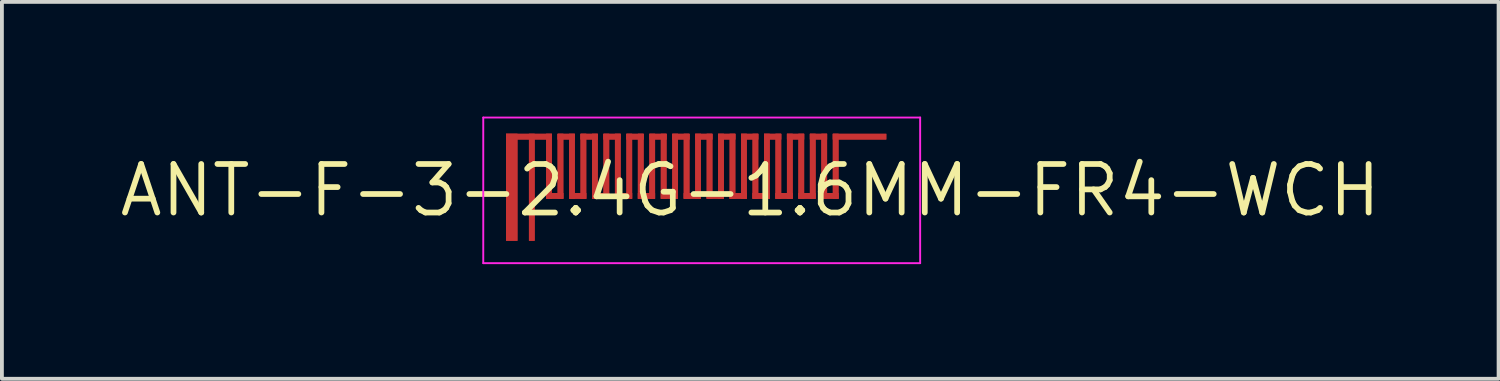
<source format=kicad_pcb>
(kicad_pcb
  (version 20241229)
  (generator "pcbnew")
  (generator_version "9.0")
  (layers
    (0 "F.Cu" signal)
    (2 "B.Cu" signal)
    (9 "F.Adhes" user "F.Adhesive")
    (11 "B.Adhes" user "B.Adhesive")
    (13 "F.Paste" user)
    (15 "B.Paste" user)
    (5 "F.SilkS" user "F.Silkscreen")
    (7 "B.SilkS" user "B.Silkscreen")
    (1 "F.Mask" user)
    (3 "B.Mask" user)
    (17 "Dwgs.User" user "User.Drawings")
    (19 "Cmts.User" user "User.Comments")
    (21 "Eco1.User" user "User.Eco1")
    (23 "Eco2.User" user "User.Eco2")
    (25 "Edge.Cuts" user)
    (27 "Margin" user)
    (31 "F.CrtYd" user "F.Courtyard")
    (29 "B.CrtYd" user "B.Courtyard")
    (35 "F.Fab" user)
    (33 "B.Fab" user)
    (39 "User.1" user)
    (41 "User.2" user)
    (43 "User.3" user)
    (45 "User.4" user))
  (footprint "ANT-F-3-2.4G-1.6MM-FR4-WCH"
    (layer "F.Cu")
    (at 15.308 1.93)
    (property "Reference" "ANT-F-3-2.4G-1.6MM-FR4-WCH" (at 1.27 0 0) (layer "F.SilkS") (effects (font (size 1.27 1.27) (thickness 0.15))))
    (attr exclude_from_pos_files exclude_from_bom)
    (fp_poly (pts (xy -5.12 1.32) (xy -4.82 1.32) (xy -4.82 -1.48) (xy -5.12 -1.48)) (stroke (width 0) (type solid)) (fill yes) (layer "F.Cu"))
    (fp_poly (pts (xy -5.12 1.32) (xy -4.82 1.32) (xy -4.82 -1.48) (xy -5.12 -1.48)) (stroke (width 0) (type solid)) (fill yes) (layer "F.Cu"))
    (fp_poly (pts (xy -4.52 1.32) (xy -4.37 1.32) (xy -4.37 -1.48) (xy -4.52 -1.48)) (stroke (width 0) (type solid)) (fill yes) (layer "F.Cu"))
    (fp_poly (pts (xy -4.52 1.32) (xy -4.37 1.32) (xy -4.37 -1.48) (xy -4.52 -1.48)) (stroke (width 0) (type solid)) (fill yes) (layer "F.Cu"))
    (fp_poly (pts (xy -4.37 -1.33) (xy -3.92 -1.33) (xy -3.92 -1.48) (xy -4.37 -1.48)) (stroke (width 0) (type solid)) (fill yes) (layer "F.Cu"))
    (fp_poly (pts (xy -4.37 -1.33) (xy -3.92 -1.33) (xy -3.92 -1.48) (xy -4.37 -1.48)) (stroke (width 0) (type solid)) (fill yes) (layer "F.Cu"))
    (fp_poly (pts (xy -4.37 -1.33) (xy -4.37 -1.48) (xy -5.12 -1.48) (xy -5.12 -1.33)) (stroke (width 0) (type solid)) (fill yes) (layer "F.Cu"))
    (fp_poly (pts (xy -4.37 -1.33) (xy -4.37 -1.48) (xy -5.12 -1.48) (xy -5.12 -1.33)) (stroke (width 0) (type solid)) (fill yes) (layer "F.Cu"))
    (fp_poly (pts (xy -4.07 0.22) (xy -3.92 0.22) (xy -3.92 -1.48) (xy -4.07 -1.48)) (stroke (width 0) (type solid)) (fill yes) (layer "F.Cu"))
    (fp_poly (pts (xy -4.07 0.22) (xy -3.92 0.22) (xy -3.92 -1.48) (xy -4.07 -1.48)) (stroke (width 0) (type solid)) (fill yes) (layer "F.Cu"))
    (fp_poly (pts (xy -4.07 0.22) (xy -3.62 0.22) (xy -3.62 0.07) (xy -4.07 0.07)) (stroke (width 0) (type solid)) (fill yes) (layer "F.Cu"))
    (fp_poly (pts (xy -4.07 0.22) (xy -3.62 0.22) (xy -3.62 0.07) (xy -4.07 0.07)) (stroke (width 0) (type solid)) (fill yes) (layer "F.Cu"))
    (fp_poly (pts (xy -3.77 0.22) (xy -3.62 0.22) (xy -3.62 -1.48) (xy -3.77 -1.48)) (stroke (width 0) (type solid)) (fill yes) (layer "F.Cu"))
    (fp_poly (pts (xy -3.77 0.22) (xy -3.62 0.22) (xy -3.62 -1.48) (xy -3.77 -1.48)) (stroke (width 0) (type solid)) (fill yes) (layer "F.Cu"))
    (fp_poly (pts (xy -3.77 -1.33) (xy -3.32 -1.33) (xy -3.32 -1.48) (xy -3.77 -1.48)) (stroke (width 0) (type solid)) (fill yes) (layer "F.Cu"))
    (fp_poly (pts (xy -3.77 -1.33) (xy -3.32 -1.33) (xy -3.32 -1.48) (xy -3.77 -1.48)) (stroke (width 0) (type solid)) (fill yes) (layer "F.Cu"))
    (fp_poly (pts (xy -3.47 0.22) (xy -3.32 0.22) (xy -3.32 -1.48) (xy -3.47 -1.48)) (stroke (width 0) (type solid)) (fill yes) (layer "F.Cu"))
    (fp_poly (pts (xy -3.47 0.22) (xy -3.32 0.22) (xy -3.32 -1.48) (xy -3.47 -1.48)) (stroke (width 0) (type solid)) (fill yes) (layer "F.Cu"))
    (fp_poly (pts (xy -3.47 0.22) (xy -3.02 0.22) (xy -3.02 0.07) (xy -3.47 0.07)) (stroke (width 0) (type solid)) (fill yes) (layer "F.Cu"))
    (fp_poly (pts (xy -3.47 0.22) (xy -3.02 0.22) (xy -3.02 0.07) (xy -3.47 0.07)) (stroke (width 0) (type solid)) (fill yes) (layer "F.Cu"))
    (fp_poly (pts (xy -3.17 -1.33) (xy -2.72 -1.33) (xy -2.72 -1.48) (xy -3.17 -1.48)) (stroke (width 0) (type solid)) (fill yes) (layer "F.Cu"))
    (fp_poly (pts (xy -3.17 -1.33) (xy -2.72 -1.33) (xy -2.72 -1.48) (xy -3.17 -1.48)) (stroke (width 0) (type solid)) (fill yes) (layer "F.Cu"))
    (fp_poly (pts (xy -3.17 0.22) (xy -3.02 0.22) (xy -3.02 -1.48) (xy -3.17 -1.48)) (stroke (width 0) (type solid)) (fill yes) (layer "F.Cu"))
    (fp_poly (pts (xy -3.17 0.22) (xy -3.02 0.22) (xy -3.02 -1.48) (xy -3.17 -1.48)) (stroke (width 0) (type solid)) (fill yes) (layer "F.Cu"))
    (fp_poly (pts (xy -2.87 0.22) (xy -2.72 0.22) (xy -2.72 -1.48) (xy -2.87 -1.48)) (stroke (width 0) (type solid)) (fill yes) (layer "F.Cu"))
    (fp_poly (pts (xy -2.87 0.22) (xy -2.72 0.22) (xy -2.72 -1.48) (xy -2.87 -1.48)) (stroke (width 0) (type solid)) (fill yes) (layer "F.Cu"))
    (fp_poly (pts (xy -2.87 0.22) (xy -2.42 0.22) (xy -2.42 0.07) (xy -2.87 0.07)) (stroke (width 0) (type solid)) (fill yes) (layer "F.Cu"))
    (fp_poly (pts (xy -2.87 0.22) (xy -2.42 0.22) (xy -2.42 0.07) (xy -2.87 0.07)) (stroke (width 0) (type solid)) (fill yes) (layer "F.Cu"))
    (fp_poly (pts (xy -2.57 0.22) (xy -2.42 0.22) (xy -2.42 -1.48) (xy -2.57 -1.48)) (stroke (width 0) (type solid)) (fill yes) (layer "F.Cu"))
    (fp_poly (pts (xy -2.57 0.22) (xy -2.42 0.22) (xy -2.42 -1.48) (xy -2.57 -1.48)) (stroke (width 0) (type solid)) (fill yes) (layer "F.Cu"))
    (fp_poly (pts (xy -2.57 -1.33) (xy -2.12 -1.33) (xy -2.12 -1.48) (xy -2.57 -1.48)) (stroke (width 0) (type solid)) (fill yes) (layer "F.Cu"))
    (fp_poly (pts (xy -2.57 -1.33) (xy -2.12 -1.33) (xy -2.12 -1.48) (xy -2.57 -1.48)) (stroke (width 0) (type solid)) (fill yes) (layer "F.Cu"))
    (fp_poly (pts (xy -2.27 0.22) (xy -2.12 0.22) (xy -2.12 -1.48) (xy -2.27 -1.48)) (stroke (width 0) (type solid)) (fill yes) (layer "F.Cu"))
    (fp_poly (pts (xy -2.27 0.22) (xy -2.12 0.22) (xy -2.12 -1.48) (xy -2.27 -1.48)) (stroke (width 0) (type solid)) (fill yes) (layer "F.Cu"))
    (fp_poly (pts (xy -2.27 0.22) (xy -1.82 0.22) (xy -1.82 0.07) (xy -2.27 0.07)) (stroke (width 0) (type solid)) (fill yes) (layer "F.Cu"))
    (fp_poly (pts (xy -2.27 0.22) (xy -1.82 0.22) (xy -1.82 0.07) (xy -2.27 0.07)) (stroke (width 0) (type solid)) (fill yes) (layer "F.Cu"))
    (fp_poly (pts (xy -1.97 0.22) (xy -1.82 0.22) (xy -1.82 -1.48) (xy -1.97 -1.48)) (stroke (width 0) (type solid)) (fill yes) (layer "F.Cu"))
    (fp_poly (pts (xy -1.97 0.22) (xy -1.82 0.22) (xy -1.82 -1.48) (xy -1.97 -1.48)) (stroke (width 0) (type solid)) (fill yes) (layer "F.Cu"))
    (fp_poly (pts (xy -1.97 -1.33) (xy -1.52 -1.33) (xy -1.52 -1.48) (xy -1.97 -1.48)) (stroke (width 0) (type solid)) (fill yes) (layer "F.Cu"))
    (fp_poly (pts (xy -1.97 -1.33) (xy -1.52 -1.33) (xy -1.52 -1.48) (xy -1.97 -1.48)) (stroke (width 0) (type solid)) (fill yes) (layer "F.Cu"))
    (fp_poly (pts (xy -1.67 0.22) (xy -1.52 0.22) (xy -1.52 -1.48) (xy -1.67 -1.48)) (stroke (width 0) (type solid)) (fill yes) (layer "F.Cu"))
    (fp_poly (pts (xy -1.67 0.22) (xy -1.52 0.22) (xy -1.52 -1.48) (xy -1.67 -1.48)) (stroke (width 0) (type solid)) (fill yes) (layer "F.Cu"))
    (fp_poly (pts (xy -1.67 0.22) (xy -1.22 0.22) (xy -1.22 0.07) (xy -1.67 0.07)) (stroke (width 0) (type solid)) (fill yes) (layer "F.Cu"))
    (fp_poly (pts (xy -1.67 0.22) (xy -1.22 0.22) (xy -1.22 0.07) (xy -1.67 0.07)) (stroke (width 0) (type solid)) (fill yes) (layer "F.Cu"))
    (fp_poly (pts (xy -1.37 0.22) (xy -1.22 0.22) (xy -1.22 -1.48) (xy -1.37 -1.48)) (stroke (width 0) (type solid)) (fill yes) (layer "F.Cu"))
    (fp_poly (pts (xy -1.37 0.22) (xy -1.22 0.22) (xy -1.22 -1.48) (xy -1.37 -1.48)) (stroke (width 0) (type solid)) (fill yes) (layer "F.Cu"))
    (fp_poly (pts (xy -1.37 -1.33) (xy -0.92 -1.33) (xy -0.92 -1.48) (xy -1.37 -1.48)) (stroke (width 0) (type solid)) (fill yes) (layer "F.Cu"))
    (fp_poly (pts (xy -1.37 -1.33) (xy -0.92 -1.33) (xy -0.92 -1.48) (xy -1.37 -1.48)) (stroke (width 0) (type solid)) (fill yes) (layer "F.Cu"))
    (fp_poly (pts (xy -1.07 0.22) (xy -0.92 0.22) (xy -0.92 -1.48) (xy -1.07 -1.48)) (stroke (width 0) (type solid)) (fill yes) (layer "F.Cu"))
    (fp_poly (pts (xy -1.07 0.22) (xy -0.92 0.22) (xy -0.92 -1.48) (xy -1.07 -1.48)) (stroke (width 0) (type solid)) (fill yes) (layer "F.Cu"))
    (fp_poly (pts (xy -1.07 0.22) (xy -0.62 0.22) (xy -0.62 0.07) (xy -1.07 0.07)) (stroke (width 0) (type solid)) (fill yes) (layer "F.Cu"))
    (fp_poly (pts (xy -1.07 0.22) (xy -0.62 0.22) (xy -0.62 0.07) (xy -1.07 0.07)) (stroke (width 0) (type solid)) (fill yes) (layer "F.Cu"))
    (fp_poly (pts (xy -0.77 0.22) (xy -0.62 0.22) (xy -0.62 -1.48) (xy -0.77 -1.48)) (stroke (width 0) (type solid)) (fill yes) (layer "F.Cu"))
    (fp_poly (pts (xy -0.77 0.22) (xy -0.62 0.22) (xy -0.62 -1.48) (xy -0.77 -1.48)) (stroke (width 0) (type solid)) (fill yes) (layer "F.Cu"))
    (fp_poly (pts (xy -0.77 -1.33) (xy -0.32 -1.33) (xy -0.32 -1.48) (xy -0.77 -1.48)) (stroke (width 0) (type solid)) (fill yes) (layer "F.Cu"))
    (fp_poly (pts (xy -0.77 -1.33) (xy -0.32 -1.33) (xy -0.32 -1.48) (xy -0.77 -1.48)) (stroke (width 0) (type solid)) (fill yes) (layer "F.Cu"))
    (fp_poly (pts (xy -0.47 0.22) (xy -0.32 0.22) (xy -0.32 -1.48) (xy -0.47 -1.48)) (stroke (width 0) (type solid)) (fill yes) (layer "F.Cu"))
    (fp_poly (pts (xy -0.47 0.22) (xy -0.32 0.22) (xy -0.32 -1.48) (xy -0.47 -1.48)) (stroke (width 0) (type solid)) (fill yes) (layer "F.Cu"))
    (fp_poly (pts (xy -0.47 0.22) (xy -0.02 0.22) (xy -0.02 0.07) (xy -0.47 0.07)) (stroke (width 0) (type solid)) (fill yes) (layer "F.Cu"))
    (fp_poly (pts (xy -0.47 0.22) (xy -0.02 0.22) (xy -0.02 0.07) (xy -0.47 0.07)) (stroke (width 0) (type solid)) (fill yes) (layer "F.Cu"))
    (fp_poly (pts (xy -0.17 0.22) (xy -0.02 0.22) (xy -0.02 -1.48) (xy -0.17 -1.48)) (stroke (width 0) (type solid)) (fill yes) (layer "F.Cu"))
    (fp_poly (pts (xy -0.17 0.22) (xy -0.02 0.22) (xy -0.02 -1.48) (xy -0.17 -1.48)) (stroke (width 0) (type solid)) (fill yes) (layer "F.Cu"))
    (fp_poly (pts (xy -0.17 -1.33) (xy 0.28 -1.33) (xy 0.28 -1.48) (xy -0.17 -1.48)) (stroke (width 0) (type solid)) (fill yes) (layer "F.Cu"))
    (fp_poly (pts (xy -0.17 -1.33) (xy 0.28 -1.33) (xy 0.28 -1.48) (xy -0.17 -1.48)) (stroke (width 0) (type solid)) (fill yes) (layer "F.Cu"))
    (fp_poly (pts (xy 0.13 0.22) (xy 0.28 0.22) (xy 0.28 -1.48) (xy 0.13 -1.48)) (stroke (width 0) (type solid)) (fill yes) (layer "F.Cu"))
    (fp_poly (pts (xy 0.13 0.22) (xy 0.28 0.22) (xy 0.28 -1.48) (xy 0.13 -1.48)) (stroke (width 0) (type solid)) (fill yes) (layer "F.Cu"))
    (fp_poly (pts (xy 0.13 0.22) (xy 0.58 0.22) (xy 0.58 0.07) (xy 0.13 0.07)) (stroke (width 0) (type solid)) (fill yes) (layer "F.Cu"))
    (fp_poly (pts (xy 0.13 0.22) (xy 0.58 0.22) (xy 0.58 0.07) (xy 0.13 0.07)) (stroke (width 0) (type solid)) (fill yes) (layer "F.Cu"))
    (fp_poly (pts (xy 0.43 0.22) (xy 0.58 0.22) (xy 0.58 -1.48) (xy 0.43 -1.48)) (stroke (width 0) (type solid)) (fill yes) (layer "F.Cu"))
    (fp_poly (pts (xy 0.43 0.22) (xy 0.58 0.22) (xy 0.58 -1.48) (xy 0.43 -1.48)) (stroke (width 0) (type solid)) (fill yes) (layer "F.Cu"))
    (fp_poly (pts (xy 0.43 -1.33) (xy 0.88 -1.33) (xy 0.88 -1.48) (xy 0.43 -1.48)) (stroke (width 0) (type solid)) (fill yes) (layer "F.Cu"))
    (fp_poly (pts (xy 0.43 -1.33) (xy 0.88 -1.33) (xy 0.88 -1.48) (xy 0.43 -1.48)) (stroke (width 0) (type solid)) (fill yes) (layer "F.Cu"))
    (fp_poly (pts (xy 0.73 0.22) (xy 0.88 0.22) (xy 0.88 -1.48) (xy 0.73 -1.48)) (stroke (width 0) (type solid)) (fill yes) (layer "F.Cu"))
    (fp_poly (pts (xy 0.73 0.22) (xy 0.88 0.22) (xy 0.88 -1.48) (xy 0.73 -1.48)) (stroke (width 0) (type solid)) (fill yes) (layer "F.Cu"))
    (fp_poly (pts (xy 0.73 0.22) (xy 1.18 0.22) (xy 1.18 0.07) (xy 0.73 0.07)) (stroke (width 0) (type solid)) (fill yes) (layer "F.Cu"))
    (fp_poly (pts (xy 0.73 0.22) (xy 1.18 0.22) (xy 1.18 0.07) (xy 0.73 0.07)) (stroke (width 0) (type solid)) (fill yes) (layer "F.Cu"))
    (fp_poly (pts (xy 1.03 0.22) (xy 1.18 0.22) (xy 1.18 -1.48) (xy 1.03 -1.48)) (stroke (width 0) (type solid)) (fill yes) (layer "F.Cu"))
    (fp_poly (pts (xy 1.03 0.22) (xy 1.18 0.22) (xy 1.18 -1.48) (xy 1.03 -1.48)) (stroke (width 0) (type solid)) (fill yes) (layer "F.Cu"))
    (fp_poly (pts (xy 1.03 -1.33) (xy 1.48 -1.33) (xy 1.48 -1.48) (xy 1.03 -1.48)) (stroke (width 0) (type solid)) (fill yes) (layer "F.Cu"))
    (fp_poly (pts (xy 1.03 -1.33) (xy 1.48 -1.33) (xy 1.48 -1.48) (xy 1.03 -1.48)) (stroke (width 0) (type solid)) (fill yes) (layer "F.Cu"))
    (fp_poly (pts (xy 1.33 0.22) (xy 1.48 0.22) (xy 1.48 -1.48) (xy 1.33 -1.48)) (stroke (width 0) (type solid)) (fill yes) (layer "F.Cu"))
    (fp_poly (pts (xy 1.33 0.22) (xy 1.48 0.22) (xy 1.48 -1.48) (xy 1.33 -1.48)) (stroke (width 0) (type solid)) (fill yes) (layer "F.Cu"))
    (fp_poly (pts (xy 1.33 0.22) (xy 1.78 0.22) (xy 1.78 0.07) (xy 1.33 0.07)) (stroke (width 0) (type solid)) (fill yes) (layer "F.Cu"))
    (fp_poly (pts (xy 1.33 0.22) (xy 1.78 0.22) (xy 1.78 0.07) (xy 1.33 0.07)) (stroke (width 0) (type solid)) (fill yes) (layer "F.Cu"))
    (fp_poly (pts (xy 1.63 0.22) (xy 1.78 0.22) (xy 1.78 -1.48) (xy 1.63 -1.48)) (stroke (width 0) (type solid)) (fill yes) (layer "F.Cu"))
    (fp_poly (pts (xy 1.63 0.22) (xy 1.78 0.22) (xy 1.78 -1.48) (xy 1.63 -1.48)) (stroke (width 0) (type solid)) (fill yes) (layer "F.Cu"))
    (fp_poly (pts (xy 1.63 -1.33) (xy 2.08 -1.33) (xy 2.08 -1.48) (xy 1.63 -1.48)) (stroke (width 0) (type solid)) (fill yes) (layer "F.Cu"))
    (fp_poly (pts (xy 1.63 -1.33) (xy 2.08 -1.33) (xy 2.08 -1.48) (xy 1.63 -1.48)) (stroke (width 0) (type solid)) (fill yes) (layer "F.Cu"))
    (fp_poly (pts (xy 1.93 0.22) (xy 2.08 0.22) (xy 2.08 -1.48) (xy 1.93 -1.48)) (stroke (width 0) (type solid)) (fill yes) (layer "F.Cu"))
    (fp_poly (pts (xy 1.93 0.22) (xy 2.08 0.22) (xy 2.08 -1.48) (xy 1.93 -1.48)) (stroke (width 0) (type solid)) (fill yes) (layer "F.Cu"))
    (fp_poly (pts (xy 1.93 0.22) (xy 2.38 0.22) (xy 2.38 0.07) (xy 1.93 0.07)) (stroke (width 0) (type solid)) (fill yes) (layer "F.Cu"))
    (fp_poly (pts (xy 1.93 0.22) (xy 2.38 0.22) (xy 2.38 0.07) (xy 1.93 0.07)) (stroke (width 0) (type solid)) (fill yes) (layer "F.Cu"))
    (fp_poly (pts (xy 2.23 0.22) (xy 2.38 0.22) (xy 2.38 -1.48) (xy 2.23 -1.48)) (stroke (width 0) (type solid)) (fill yes) (layer "F.Cu"))
    (fp_poly (pts (xy 2.23 0.22) (xy 2.38 0.22) (xy 2.38 -1.48) (xy 2.23 -1.48)) (stroke (width 0) (type solid)) (fill yes) (layer "F.Cu"))
    (fp_poly (pts (xy 2.23 -1.33) (xy 2.68 -1.33) (xy 2.68 -1.48) (xy 2.23 -1.48)) (stroke (width 0) (type solid)) (fill yes) (layer "F.Cu"))
    (fp_poly (pts (xy 2.23 -1.33) (xy 2.68 -1.33) (xy 2.68 -1.48) (xy 2.23 -1.48)) (stroke (width 0) (type solid)) (fill yes) (layer "F.Cu"))
    (fp_poly (pts (xy 2.53 0.22) (xy 2.68 0.22) (xy 2.68 -1.48) (xy 2.53 -1.48)) (stroke (width 0) (type solid)) (fill yes) (layer "F.Cu"))
    (fp_poly (pts (xy 2.53 0.22) (xy 2.68 0.22) (xy 2.68 -1.48) (xy 2.53 -1.48)) (stroke (width 0) (type solid)) (fill yes) (layer "F.Cu"))
    (fp_poly (pts (xy 2.53 0.22) (xy 2.98 0.22) (xy 2.98 0.07) (xy 2.53 0.07)) (stroke (width 0) (type solid)) (fill yes) (layer "F.Cu"))
    (fp_poly (pts (xy 2.53 0.22) (xy 2.98 0.22) (xy 2.98 0.07) (xy 2.53 0.07)) (stroke (width 0) (type solid)) (fill yes) (layer "F.Cu"))
    (fp_poly (pts (xy 2.83 0.22) (xy 2.98 0.22) (xy 2.98 -1.48) (xy 2.83 -1.48)) (stroke (width 0) (type solid)) (fill yes) (layer "F.Cu"))
    (fp_poly (pts (xy 2.83 0.22) (xy 2.98 0.22) (xy 2.98 -1.48) (xy 2.83 -1.48)) (stroke (width 0) (type solid)) (fill yes) (layer "F.Cu"))
    (fp_poly (pts (xy 2.83 -1.33) (xy 3.28 -1.33) (xy 3.28 -1.48) (xy 2.83 -1.48)) (stroke (width 0) (type solid)) (fill yes) (layer "F.Cu"))
    (fp_poly (pts (xy 2.83 -1.33) (xy 3.28 -1.33) (xy 3.28 -1.48) (xy 2.83 -1.48)) (stroke (width 0) (type solid)) (fill yes) (layer "F.Cu"))
    (fp_poly (pts (xy 3.13 0.22) (xy 3.28 0.22) (xy 3.28 -1.48) (xy 3.13 -1.48)) (stroke (width 0) (type solid)) (fill yes) (layer "F.Cu"))
    (fp_poly (pts (xy 3.13 0.22) (xy 3.28 0.22) (xy 3.28 -1.48) (xy 3.13 -1.48)) (stroke (width 0) (type solid)) (fill yes) (layer "F.Cu"))
    (fp_poly (pts (xy 3.13 0.22) (xy 3.58 0.22) (xy 3.58 0.07) (xy 3.13 0.07)) (stroke (width 0) (type solid)) (fill yes) (layer "F.Cu"))
    (fp_poly (pts (xy 3.13 0.22) (xy 3.58 0.22) (xy 3.58 0.07) (xy 3.13 0.07)) (stroke (width 0) (type solid)) (fill yes) (layer "F.Cu"))
    (fp_poly (pts (xy 3.43 0.22) (xy 3.58 0.22) (xy 3.58 -1.48) (xy 3.43 -1.48)) (stroke (width 0) (type solid)) (fill yes) (layer "F.Cu"))
    (fp_poly (pts (xy 3.43 0.22) (xy 3.58 0.22) (xy 3.58 -1.48) (xy 3.43 -1.48)) (stroke (width 0) (type solid)) (fill yes) (layer "F.Cu"))
    (fp_poly (pts (xy 3.43 -1.33) (xy 4.83 -1.33) (xy 4.83 -1.48) (xy 3.43 -1.48)) (stroke (width 0) (type solid)) (fill yes) (layer "F.Cu"))
    (fp_poly (pts (xy 3.43 -1.33) (xy 4.83 -1.33) (xy 4.83 -1.48) (xy 3.43 -1.48)) (stroke (width 0) (type solid)) (fill yes) (layer "F.Cu"))
    (fp_poly (pts (xy -5.12 1.32) (xy -4.82 1.32) (xy -4.82 -1.48) (xy -5.12 -1.48)) (stroke (width 0) (type solid)) (fill yes) (layer "F.Mask"))
    (fp_poly (pts (xy -5.12 1.32) (xy -4.82 1.32) (xy -4.82 -1.48) (xy -5.12 -1.48)) (stroke (width 0) (type solid)) (fill yes) (layer "F.Mask"))
    (fp_poly (pts (xy -4.52 1.32) (xy -4.37 1.32) (xy -4.37 -1.48) (xy -4.52 -1.48)) (stroke (width 0) (type solid)) (fill yes) (layer "F.Mask"))
    (fp_poly (pts (xy -4.52 1.32) (xy -4.37 1.32) (xy -4.37 -1.48) (xy -4.52 -1.48)) (stroke (width 0) (type solid)) (fill yes) (layer "F.Mask"))
    (fp_poly (pts (xy -4.37 -1.33) (xy -3.92 -1.33) (xy -3.92 -1.48) (xy -4.37 -1.48)) (stroke (width 0) (type solid)) (fill yes) (layer "F.Mask"))
    (fp_poly (pts (xy -4.37 -1.33) (xy -3.92 -1.33) (xy -3.92 -1.48) (xy -4.37 -1.48)) (stroke (width 0) (type solid)) (fill yes) (layer "F.Mask"))
    (fp_poly (pts (xy -4.37 -1.33) (xy -4.37 -1.48) (xy -5.12 -1.48) (xy -5.12 -1.33)) (stroke (width 0) (type solid)) (fill yes) (layer "F.Mask"))
    (fp_poly (pts (xy -4.37 -1.33) (xy -4.37 -1.48) (xy -5.12 -1.48) (xy -5.12 -1.33)) (stroke (width 0) (type solid)) (fill yes) (layer "F.Mask"))
    (fp_poly (pts (xy -4.07 0.22) (xy -3.92 0.22) (xy -3.92 -1.48) (xy -4.07 -1.48)) (stroke (width 0) (type solid)) (fill yes) (layer "F.Mask"))
    (fp_poly (pts (xy -4.07 0.22) (xy -3.92 0.22) (xy -3.92 -1.48) (xy -4.07 -1.48)) (stroke (width 0) (type solid)) (fill yes) (layer "F.Mask"))
    (fp_poly (pts (xy -4.07 0.22) (xy -3.62 0.22) (xy -3.62 0.07) (xy -4.07 0.07)) (stroke (width 0) (type solid)) (fill yes) (layer "F.Mask"))
    (fp_poly (pts (xy -4.07 0.22) (xy -3.62 0.22) (xy -3.62 0.07) (xy -4.07 0.07)) (stroke (width 0) (type solid)) (fill yes) (layer "F.Mask"))
    (fp_poly (pts (xy -3.77 0.22) (xy -3.62 0.22) (xy -3.62 -1.48) (xy -3.77 -1.48)) (stroke (width 0) (type solid)) (fill yes) (layer "F.Mask"))
    (fp_poly (pts (xy -3.77 0.22) (xy -3.62 0.22) (xy -3.62 -1.48) (xy -3.77 -1.48)) (stroke (width 0) (type solid)) (fill yes) (layer "F.Mask"))
    (fp_poly (pts (xy -3.77 -1.33) (xy -3.32 -1.33) (xy -3.32 -1.48) (xy -3.77 -1.48)) (stroke (width 0) (type solid)) (fill yes) (layer "F.Mask"))
    (fp_poly (pts (xy -3.77 -1.33) (xy -3.32 -1.33) (xy -3.32 -1.48) (xy -3.77 -1.48)) (stroke (width 0) (type solid)) (fill yes) (layer "F.Mask"))
    (fp_poly (pts (xy -3.47 0.22) (xy -3.32 0.22) (xy -3.32 -1.48) (xy -3.47 -1.48)) (stroke (width 0) (type solid)) (fill yes) (layer "F.Mask"))
    (fp_poly (pts (xy -3.47 0.22) (xy -3.32 0.22) (xy -3.32 -1.48) (xy -3.47 -1.48)) (stroke (width 0) (type solid)) (fill yes) (layer "F.Mask"))
    (fp_poly (pts (xy -3.47 0.22) (xy -3.02 0.22) (xy -3.02 0.07) (xy -3.47 0.07)) (stroke (width 0) (type solid)) (fill yes) (layer "F.Mask"))
    (fp_poly (pts (xy -3.47 0.22) (xy -3.02 0.22) (xy -3.02 0.07) (xy -3.47 0.07)) (stroke (width 0) (type solid)) (fill yes) (layer "F.Mask"))
    (fp_poly (pts (xy -3.17 -1.33) (xy -2.72 -1.33) (xy -2.72 -1.48) (xy -3.17 -1.48)) (stroke (width 0) (type solid)) (fill yes) (layer "F.Mask"))
    (fp_poly (pts (xy -3.17 -1.33) (xy -2.72 -1.33) (xy -2.72 -1.48) (xy -3.17 -1.48)) (stroke (width 0) (type solid)) (fill yes) (layer "F.Mask"))
    (fp_poly (pts (xy -3.17 0.22) (xy -3.02 0.22) (xy -3.02 -1.48) (xy -3.17 -1.48)) (stroke (width 0) (type solid)) (fill yes) (layer "F.Mask"))
    (fp_poly (pts (xy -3.17 0.22) (xy -3.02 0.22) (xy -3.02 -1.48) (xy -3.17 -1.48)) (stroke (width 0) (type solid)) (fill yes) (layer "F.Mask"))
    (fp_poly (pts (xy -2.87 0.22) (xy -2.72 0.22) (xy -2.72 -1.48) (xy -2.87 -1.48)) (stroke (width 0) (type solid)) (fill yes) (layer "F.Mask"))
    (fp_poly (pts (xy -2.87 0.22) (xy -2.72 0.22) (xy -2.72 -1.48) (xy -2.87 -1.48)) (stroke (width 0) (type solid)) (fill yes) (layer "F.Mask"))
    (fp_poly (pts (xy -2.87 0.22) (xy -2.42 0.22) (xy -2.42 0.07) (xy -2.87 0.07)) (stroke (width 0) (type solid)) (fill yes) (layer "F.Mask"))
    (fp_poly (pts (xy -2.87 0.22) (xy -2.42 0.22) (xy -2.42 0.07) (xy -2.87 0.07)) (stroke (width 0) (type solid)) (fill yes) (layer "F.Mask"))
    (fp_poly (pts (xy -2.57 0.22) (xy -2.42 0.22) (xy -2.42 -1.48) (xy -2.57 -1.48)) (stroke (width 0) (type solid)) (fill yes) (layer "F.Mask"))
    (fp_poly (pts (xy -2.57 0.22) (xy -2.42 0.22) (xy -2.42 -1.48) (xy -2.57 -1.48)) (stroke (width 0) (type solid)) (fill yes) (layer "F.Mask"))
    (fp_poly (pts (xy -2.57 -1.33) (xy -2.12 -1.33) (xy -2.12 -1.48) (xy -2.57 -1.48)) (stroke (width 0) (type solid)) (fill yes) (layer "F.Mask"))
    (fp_poly (pts (xy -2.57 -1.33) (xy -2.12 -1.33) (xy -2.12 -1.48) (xy -2.57 -1.48)) (stroke (width 0) (type solid)) (fill yes) (layer "F.Mask"))
    (fp_poly (pts (xy -2.27 0.22) (xy -2.12 0.22) (xy -2.12 -1.48) (xy -2.27 -1.48)) (stroke (width 0) (type solid)) (fill yes) (layer "F.Mask"))
    (fp_poly (pts (xy -2.27 0.22) (xy -2.12 0.22) (xy -2.12 -1.48) (xy -2.27 -1.48)) (stroke (width 0) (type solid)) (fill yes) (layer "F.Mask"))
    (fp_poly (pts (xy -2.27 0.22) (xy -1.82 0.22) (xy -1.82 0.07) (xy -2.27 0.07)) (stroke (width 0) (type solid)) (fill yes) (layer "F.Mask"))
    (fp_poly (pts (xy -2.27 0.22) (xy -1.82 0.22) (xy -1.82 0.07) (xy -2.27 0.07)) (stroke (width 0) (type solid)) (fill yes) (layer "F.Mask"))
    (fp_poly (pts (xy -1.97 0.22) (xy -1.82 0.22) (xy -1.82 -1.48) (xy -1.97 -1.48)) (stroke (width 0) (type solid)) (fill yes) (layer "F.Mask"))
    (fp_poly (pts (xy -1.97 0.22) (xy -1.82 0.22) (xy -1.82 -1.48) (xy -1.97 -1.48)) (stroke (width 0) (type solid)) (fill yes) (layer "F.Mask"))
    (fp_poly (pts (xy -1.97 -1.33) (xy -1.52 -1.33) (xy -1.52 -1.48) (xy -1.97 -1.48)) (stroke (width 0) (type solid)) (fill yes) (layer "F.Mask"))
    (fp_poly (pts (xy -1.97 -1.33) (xy -1.52 -1.33) (xy -1.52 -1.48) (xy -1.97 -1.48)) (stroke (width 0) (type solid)) (fill yes) (layer "F.Mask"))
    (fp_poly (pts (xy -1.67 0.22) (xy -1.52 0.22) (xy -1.52 -1.48) (xy -1.67 -1.48)) (stroke (width 0) (type solid)) (fill yes) (layer "F.Mask"))
    (fp_poly (pts (xy -1.67 0.22) (xy -1.52 0.22) (xy -1.52 -1.48) (xy -1.67 -1.48)) (stroke (width 0) (type solid)) (fill yes) (layer "F.Mask"))
    (fp_poly (pts (xy -1.67 0.22) (xy -1.22 0.22) (xy -1.22 0.07) (xy -1.67 0.07)) (stroke (width 0) (type solid)) (fill yes) (layer "F.Mask"))
    (fp_poly (pts (xy -1.67 0.22) (xy -1.22 0.22) (xy -1.22 0.07) (xy -1.67 0.07)) (stroke (width 0) (type solid)) (fill yes) (layer "F.Mask"))
    (fp_poly (pts (xy -1.37 0.22) (xy -1.22 0.22) (xy -1.22 -1.48) (xy -1.37 -1.48)) (stroke (width 0) (type solid)) (fill yes) (layer "F.Mask"))
    (fp_poly (pts (xy -1.37 0.22) (xy -1.22 0.22) (xy -1.22 -1.48) (xy -1.37 -1.48)) (stroke (width 0) (type solid)) (fill yes) (layer "F.Mask"))
    (fp_poly (pts (xy -1.37 -1.33) (xy -0.92 -1.33) (xy -0.92 -1.48) (xy -1.37 -1.48)) (stroke (width 0) (type solid)) (fill yes) (layer "F.Mask"))
    (fp_poly (pts (xy -1.37 -1.33) (xy -0.92 -1.33) (xy -0.92 -1.48) (xy -1.37 -1.48)) (stroke (width 0) (type solid)) (fill yes) (layer "F.Mask"))
    (fp_poly (pts (xy -1.07 0.22) (xy -0.92 0.22) (xy -0.92 -1.48) (xy -1.07 -1.48)) (stroke (width 0) (type solid)) (fill yes) (layer "F.Mask"))
    (fp_poly (pts (xy -1.07 0.22) (xy -0.92 0.22) (xy -0.92 -1.48) (xy -1.07 -1.48)) (stroke (width 0) (type solid)) (fill yes) (layer "F.Mask"))
    (fp_poly (pts (xy -1.07 0.22) (xy -0.62 0.22) (xy -0.62 0.07) (xy -1.07 0.07)) (stroke (width 0) (type solid)) (fill yes) (layer "F.Mask"))
    (fp_poly (pts (xy -1.07 0.22) (xy -0.62 0.22) (xy -0.62 0.07) (xy -1.07 0.07)) (stroke (width 0) (type solid)) (fill yes) (layer "F.Mask"))
    (fp_poly (pts (xy -0.77 0.22) (xy -0.62 0.22) (xy -0.62 -1.48) (xy -0.77 -1.48)) (stroke (width 0) (type solid)) (fill yes) (layer "F.Mask"))
    (fp_poly (pts (xy -0.77 0.22) (xy -0.62 0.22) (xy -0.62 -1.48) (xy -0.77 -1.48)) (stroke (width 0) (type solid)) (fill yes) (layer "F.Mask"))
    (fp_poly (pts (xy -0.77 -1.33) (xy -0.32 -1.33) (xy -0.32 -1.48) (xy -0.77 -1.48)) (stroke (width 0) (type solid)) (fill yes) (layer "F.Mask"))
    (fp_poly (pts (xy -0.77 -1.33) (xy -0.32 -1.33) (xy -0.32 -1.48) (xy -0.77 -1.48)) (stroke (width 0) (type solid)) (fill yes) (layer "F.Mask"))
    (fp_poly (pts (xy -0.47 0.22) (xy -0.32 0.22) (xy -0.32 -1.48) (xy -0.47 -1.48)) (stroke (width 0) (type solid)) (fill yes) (layer "F.Mask"))
    (fp_poly (pts (xy -0.47 0.22) (xy -0.32 0.22) (xy -0.32 -1.48) (xy -0.47 -1.48)) (stroke (width 0) (type solid)) (fill yes) (layer "F.Mask"))
    (fp_poly (pts (xy -0.47 0.22) (xy -0.02 0.22) (xy -0.02 0.07) (xy -0.47 0.07)) (stroke (width 0) (type solid)) (fill yes) (layer "F.Mask"))
    (fp_poly (pts (xy -0.47 0.22) (xy -0.02 0.22) (xy -0.02 0.07) (xy -0.47 0.07)) (stroke (width 0) (type solid)) (fill yes) (layer "F.Mask"))
    (fp_poly (pts (xy -0.17 0.22) (xy -0.02 0.22) (xy -0.02 -1.48) (xy -0.17 -1.48)) (stroke (width 0) (type solid)) (fill yes) (layer "F.Mask"))
    (fp_poly (pts (xy -0.17 0.22) (xy -0.02 0.22) (xy -0.02 -1.48) (xy -0.17 -1.48)) (stroke (width 0) (type solid)) (fill yes) (layer "F.Mask"))
    (fp_poly (pts (xy -0.17 -1.33) (xy 0.28 -1.33) (xy 0.28 -1.48) (xy -0.17 -1.48)) (stroke (width 0) (type solid)) (fill yes) (layer "F.Mask"))
    (fp_poly (pts (xy -0.17 -1.33) (xy 0.28 -1.33) (xy 0.28 -1.48) (xy -0.17 -1.48)) (stroke (width 0) (type solid)) (fill yes) (layer "F.Mask"))
    (fp_poly (pts (xy 0.13 0.22) (xy 0.28 0.22) (xy 0.28 -1.48) (xy 0.13 -1.48)) (stroke (width 0) (type solid)) (fill yes) (layer "F.Mask"))
    (fp_poly (pts (xy 0.13 0.22) (xy 0.28 0.22) (xy 0.28 -1.48) (xy 0.13 -1.48)) (stroke (width 0) (type solid)) (fill yes) (layer "F.Mask"))
    (fp_poly (pts (xy 0.13 0.22) (xy 0.58 0.22) (xy 0.58 0.07) (xy 0.13 0.07)) (stroke (width 0) (type solid)) (fill yes) (layer "F.Mask"))
    (fp_poly (pts (xy 0.13 0.22) (xy 0.58 0.22) (xy 0.58 0.07) (xy 0.13 0.07)) (stroke (width 0) (type solid)) (fill yes) (layer "F.Mask"))
    (fp_poly (pts (xy 0.43 0.22) (xy 0.58 0.22) (xy 0.58 -1.48) (xy 0.43 -1.48)) (stroke (width 0) (type solid)) (fill yes) (layer "F.Mask"))
    (fp_poly (pts (xy 0.43 0.22) (xy 0.58 0.22) (xy 0.58 -1.48) (xy 0.43 -1.48)) (stroke (width 0) (type solid)) (fill yes) (layer "F.Mask"))
    (fp_poly (pts (xy 0.43 -1.33) (xy 0.88 -1.33) (xy 0.88 -1.48) (xy 0.43 -1.48)) (stroke (width 0) (type solid)) (fill yes) (layer "F.Mask"))
    (fp_poly (pts (xy 0.43 -1.33) (xy 0.88 -1.33) (xy 0.88 -1.48) (xy 0.43 -1.48)) (stroke (width 0) (type solid)) (fill yes) (layer "F.Mask"))
    (fp_poly (pts (xy 0.73 0.22) (xy 0.88 0.22) (xy 0.88 -1.48) (xy 0.73 -1.48)) (stroke (width 0) (type solid)) (fill yes) (layer "F.Mask"))
    (fp_poly (pts (xy 0.73 0.22) (xy 0.88 0.22) (xy 0.88 -1.48) (xy 0.73 -1.48)) (stroke (width 0) (type solid)) (fill yes) (layer "F.Mask"))
    (fp_poly (pts (xy 0.73 0.22) (xy 1.18 0.22) (xy 1.18 0.07) (xy 0.73 0.07)) (stroke (width 0) (type solid)) (fill yes) (layer "F.Mask"))
    (fp_poly (pts (xy 0.73 0.22) (xy 1.18 0.22) (xy 1.18 0.07) (xy 0.73 0.07)) (stroke (width 0) (type solid)) (fill yes) (layer "F.Mask"))
    (fp_poly (pts (xy 1.03 0.22) (xy 1.18 0.22) (xy 1.18 -1.48) (xy 1.03 -1.48)) (stroke (width 0) (type solid)) (fill yes) (layer "F.Mask"))
    (fp_poly (pts (xy 1.03 0.22) (xy 1.18 0.22) (xy 1.18 -1.48) (xy 1.03 -1.48)) (stroke (width 0) (type solid)) (fill yes) (layer "F.Mask"))
    (fp_poly (pts (xy 1.03 -1.33) (xy 1.48 -1.33) (xy 1.48 -1.48) (xy 1.03 -1.48)) (stroke (width 0) (type solid)) (fill yes) (layer "F.Mask"))
    (fp_poly (pts (xy 1.03 -1.33) (xy 1.48 -1.33) (xy 1.48 -1.48) (xy 1.03 -1.48)) (stroke (width 0) (type solid)) (fill yes) (layer "F.Mask"))
    (fp_poly (pts (xy 1.33 0.22) (xy 1.48 0.22) (xy 1.48 -1.48) (xy 1.33 -1.48)) (stroke (width 0) (type solid)) (fill yes) (layer "F.Mask"))
    (fp_poly (pts (xy 1.33 0.22) (xy 1.48 0.22) (xy 1.48 -1.48) (xy 1.33 -1.48)) (stroke (width 0) (type solid)) (fill yes) (layer "F.Mask"))
    (fp_poly (pts (xy 1.33 0.22) (xy 1.78 0.22) (xy 1.78 0.07) (xy 1.33 0.07)) (stroke (width 0) (type solid)) (fill yes) (layer "F.Mask"))
    (fp_poly (pts (xy 1.33 0.22) (xy 1.78 0.22) (xy 1.78 0.07) (xy 1.33 0.07)) (stroke (width 0) (type solid)) (fill yes) (layer "F.Mask"))
    (fp_poly (pts (xy 1.63 0.22) (xy 1.78 0.22) (xy 1.78 -1.48) (xy 1.63 -1.48)) (stroke (width 0) (type solid)) (fill yes) (layer "F.Mask"))
    (fp_poly (pts (xy 1.63 0.22) (xy 1.78 0.22) (xy 1.78 -1.48) (xy 1.63 -1.48)) (stroke (width 0) (type solid)) (fill yes) (layer "F.Mask"))
    (fp_poly (pts (xy 1.63 -1.33) (xy 2.08 -1.33) (xy 2.08 -1.48) (xy 1.63 -1.48)) (stroke (width 0) (type solid)) (fill yes) (layer "F.Mask"))
    (fp_poly (pts (xy 1.63 -1.33) (xy 2.08 -1.33) (xy 2.08 -1.48) (xy 1.63 -1.48)) (stroke (width 0) (type solid)) (fill yes) (layer "F.Mask"))
    (fp_poly (pts (xy 1.93 0.22) (xy 2.08 0.22) (xy 2.08 -1.48) (xy 1.93 -1.48)) (stroke (width 0) (type solid)) (fill yes) (layer "F.Mask"))
    (fp_poly (pts (xy 1.93 0.22) (xy 2.08 0.22) (xy 2.08 -1.48) (xy 1.93 -1.48)) (stroke (width 0) (type solid)) (fill yes) (layer "F.Mask"))
    (fp_poly (pts (xy 1.93 0.22) (xy 2.38 0.22) (xy 2.38 0.07) (xy 1.93 0.07)) (stroke (width 0) (type solid)) (fill yes) (layer "F.Mask"))
    (fp_poly (pts (xy 1.93 0.22) (xy 2.38 0.22) (xy 2.38 0.07) (xy 1.93 0.07)) (stroke (width 0) (type solid)) (fill yes) (layer "F.Mask"))
    (fp_poly (pts (xy 2.23 0.22) (xy 2.38 0.22) (xy 2.38 -1.48) (xy 2.23 -1.48)) (stroke (width 0) (type solid)) (fill yes) (layer "F.Mask"))
    (fp_poly (pts (xy 2.23 0.22) (xy 2.38 0.22) (xy 2.38 -1.48) (xy 2.23 -1.48)) (stroke (width 0) (type solid)) (fill yes) (layer "F.Mask"))
    (fp_poly (pts (xy 2.23 -1.33) (xy 2.68 -1.33) (xy 2.68 -1.48) (xy 2.23 -1.48)) (stroke (width 0) (type solid)) (fill yes) (layer "F.Mask"))
    (fp_poly (pts (xy 2.23 -1.33) (xy 2.68 -1.33) (xy 2.68 -1.48) (xy 2.23 -1.48)) (stroke (width 0) (type solid)) (fill yes) (layer "F.Mask"))
    (fp_poly (pts (xy 2.53 0.22) (xy 2.68 0.22) (xy 2.68 -1.48) (xy 2.53 -1.48)) (stroke (width 0) (type solid)) (fill yes) (layer "F.Mask"))
    (fp_poly (pts (xy 2.53 0.22) (xy 2.68 0.22) (xy 2.68 -1.48) (xy 2.53 -1.48)) (stroke (width 0) (type solid)) (fill yes) (layer "F.Mask"))
    (fp_poly (pts (xy 2.53 0.22) (xy 2.98 0.22) (xy 2.98 0.07) (xy 2.53 0.07)) (stroke (width 0) (type solid)) (fill yes) (layer "F.Mask"))
    (fp_poly (pts (xy 2.53 0.22) (xy 2.98 0.22) (xy 2.98 0.07) (xy 2.53 0.07)) (stroke (width 0) (type solid)) (fill yes) (layer "F.Mask"))
    (fp_poly (pts (xy 2.83 0.22) (xy 2.98 0.22) (xy 2.98 -1.48) (xy 2.83 -1.48)) (stroke (width 0) (type solid)) (fill yes) (layer "F.Mask"))
    (fp_poly (pts (xy 2.83 0.22) (xy 2.98 0.22) (xy 2.98 -1.48) (xy 2.83 -1.48)) (stroke (width 0) (type solid)) (fill yes) (layer "F.Mask"))
    (fp_poly (pts (xy 2.83 -1.33) (xy 3.28 -1.33) (xy 3.28 -1.48) (xy 2.83 -1.48)) (stroke (width 0) (type solid)) (fill yes) (layer "F.Mask"))
    (fp_poly (pts (xy 2.83 -1.33) (xy 3.28 -1.33) (xy 3.28 -1.48) (xy 2.83 -1.48)) (stroke (width 0) (type solid)) (fill yes) (layer "F.Mask"))
    (fp_poly (pts (xy 3.13 0.22) (xy 3.28 0.22) (xy 3.28 -1.48) (xy 3.13 -1.48)) (stroke (width 0) (type solid)) (fill yes) (layer "F.Mask"))
    (fp_poly (pts (xy 3.13 0.22) (xy 3.28 0.22) (xy 3.28 -1.48) (xy 3.13 -1.48)) (stroke (width 0) (type solid)) (fill yes) (layer "F.Mask"))
    (fp_poly (pts (xy 3.13 0.22) (xy 3.58 0.22) (xy 3.58 0.07) (xy 3.13 0.07)) (stroke (width 0) (type solid)) (fill yes) (layer "F.Mask"))
    (fp_poly (pts (xy 3.13 0.22) (xy 3.58 0.22) (xy 3.58 0.07) (xy 3.13 0.07)) (stroke (width 0) (type solid)) (fill yes) (layer "F.Mask"))
    (fp_poly (pts (xy 3.43 0.22) (xy 3.58 0.22) (xy 3.58 -1.48) (xy 3.43 -1.48)) (stroke (width 0) (type solid)) (fill yes) (layer "F.Mask"))
    (fp_poly (pts (xy 3.43 0.22) (xy 3.58 0.22) (xy 3.58 -1.48) (xy 3.43 -1.48)) (stroke (width 0) (type solid)) (fill yes) (layer "F.Mask"))
    (fp_poly (pts (xy 3.43 -1.33) (xy 4.83 -1.33) (xy 4.83 -1.48) (xy 3.43 -1.48)) (stroke (width 0) (type solid)) (fill yes) (layer "F.Mask"))
    (fp_poly (pts (xy 3.43 -1.33) (xy 4.83 -1.33) (xy 4.83 -1.48) (xy 3.43 -1.48)) (stroke (width 0) (type solid)) (fill yes) (layer "F.Mask"))
    (fp_line (start -5.715 -1.905) (end -5.715 1.905) (stroke (width 0.05) (type solid)) (layer "F.CrtYd"))
    (fp_line (start -5.715 1.905) (end 5.715 1.905) (stroke (width 0.05) (type solid)) (layer "F.CrtYd"))
    (fp_line (start 5.715 -1.905) (end -5.715 -1.905) (stroke (width 0.05) (type solid)) (layer "F.CrtYd"))
    (fp_line (start 5.715 1.905) (end 5.715 -1.905) (stroke (width 0.05) (type solid)) (layer "F.CrtYd"))
    (pad "1" smd rect (at -4.445 1.143) (size 0.1 0.1) (layers "F.Cu"))
    (pad "2" smd rect (at -4.97 1.143) (size 0.1 0.1) (layers "F.Cu")))
  (gr_rect
    (start -3 -3)
    (end 36.156 6.86)
    (stroke (width 0.1) (type default))
    (fill no)
    (layer "Edge.Cuts")))
</source>
